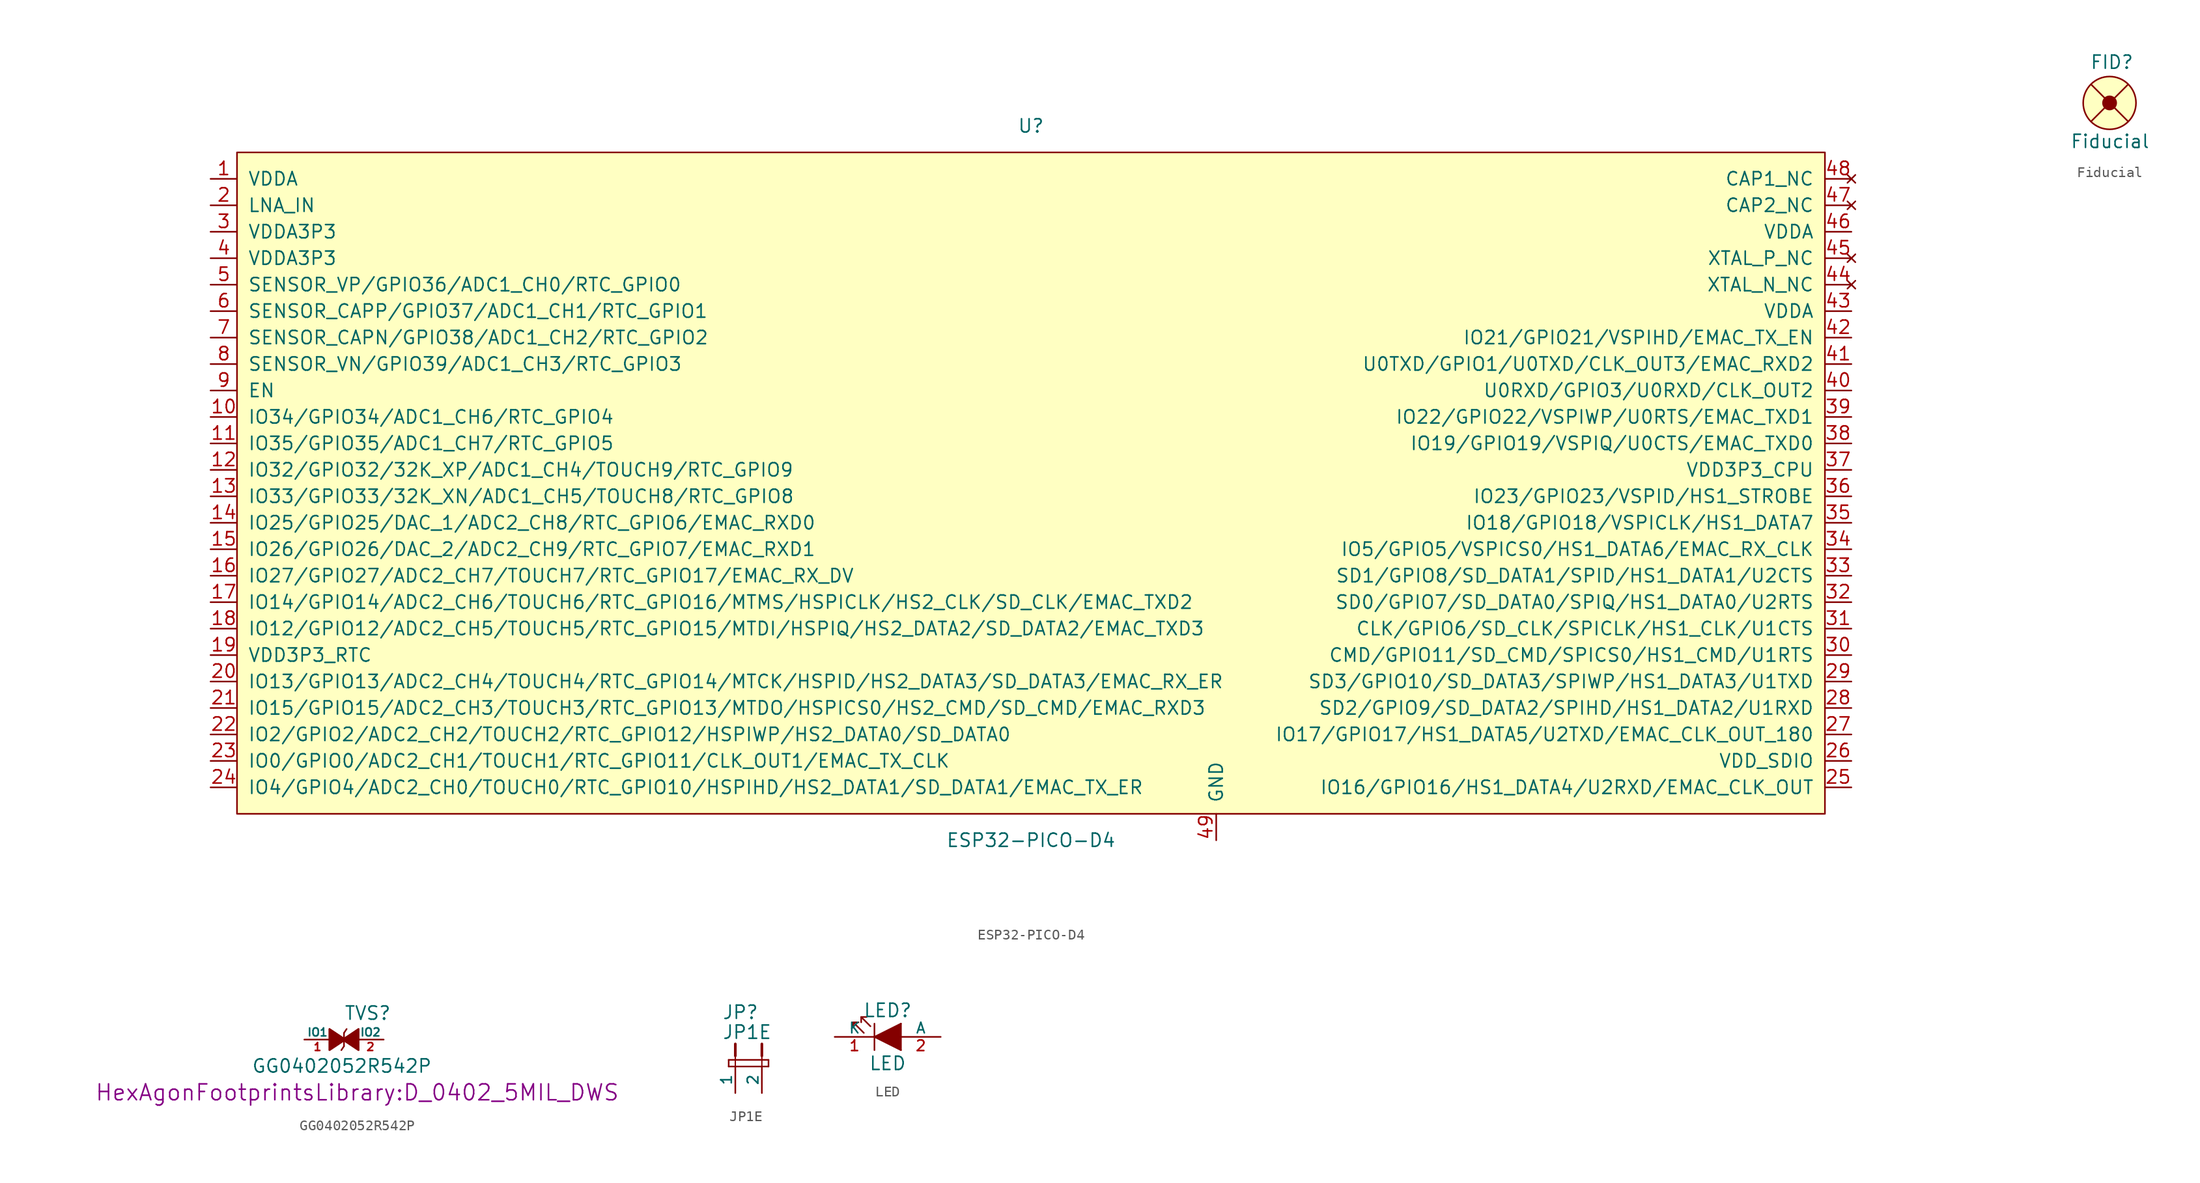
<source format=kicad_sym>
(kicad_symbol_lib
  (version 20241209)
  (generator "kicad_symbol_editor")
  (generator_version "9.0")
  (symbol "ESP32-PICO-D4"
    (pin_names
      (offset 1.016))
    (property "Reference" "U"
      (at 0 33.02 0)
      (effects (font (size 1.27 1.27))))
    (property "Value" "ESP32-PICO-D4"
      (at 0 -35.56 0)
      (effects (font (size 1.27 1.27))))
    (symbol "ESP32-PICO-D4_0_1"
      (rectangle (start -76.2 30.48) (end 76.2 -33.02) (stroke (width 0) (type solid)) (fill (type background))))
    (symbol "ESP32-PICO-D4_1_1"
      (pin power_in line (at -78.74 27.94 0) (length 2.54) (name "VDDA" (effects (font (size 1.27 1.27)))) (number "1" (effects (font (size 1.27 1.27)))))
      (pin bidirectional line (at -78.74 25.4 0) (length 2.54) (name "LNA_IN" (effects (font (size 1.27 1.27)))) (number "2" (effects (font (size 1.27 1.27)))))
      (pin power_in line (at -78.74 22.86 0) (length 2.54) (name "VDDA3P3" (effects (font (size 1.27 1.27)))) (number "3" (effects (font (size 1.27 1.27)))))
      (pin power_in line (at -78.74 20.32 0) (length 2.54) (name "VDDA3P3" (effects (font (size 1.27 1.27)))) (number "4" (effects (font (size 1.27 1.27)))))
      (pin input line (at -78.74 17.78 0) (length 2.54) (name "SENSOR_VP/GPIO36/ADC1_CH0/RTC_GPIO0" (effects (font (size 1.27 1.27)))) (number "5" (effects (font (size 1.27 1.27)))))
      (pin input line (at -78.74 15.24 0) (length 2.54) (name "SENSOR_CAPP/GPIO37/ADC1_CH1/RTC_GPIO1" (effects (font (size 1.27 1.27)))) (number "6" (effects (font (size 1.27 1.27)))))
      (pin input line (at -78.74 12.7 0) (length 2.54) (name "SENSOR_CAPN/GPIO38/ADC1_CH2/RTC_GPIO2" (effects (font (size 1.27 1.27)))) (number "7" (effects (font (size 1.27 1.27)))))
      (pin input line (at -78.74 10.16 0) (length 2.54) (name "SENSOR_VN/GPIO39/ADC1_CH3/RTC_GPIO3" (effects (font (size 1.27 1.27)))) (number "8" (effects (font (size 1.27 1.27)))))
      (pin input line (at -78.74 7.62 0) (length 2.54) (name "EN" (effects (font (size 1.27 1.27)))) (number "9" (effects (font (size 1.27 1.27)))))
      (pin input line (at -78.74 5.08 0) (length 2.54) (name "IO34/GPIO34/ADC1_CH6/RTC_GPIO4" (effects (font (size 1.27 1.27)))) (number "10" (effects (font (size 1.27 1.27)))))
      (pin input line (at -78.74 2.54 0) (length 2.54) (name "IO35/GPIO35/ADC1_CH7/RTC_GPIO5" (effects (font (size 1.27 1.27)))) (number "11" (effects (font (size 1.27 1.27)))))
      (pin bidirectional line (at -78.74 0 0) (length 2.54) (name "IO32/GPIO32/32K_XP/ADC1_CH4/TOUCH9/RTC_GPIO9" (effects (font (size 1.27 1.27)))) (number "12" (effects (font (size 1.27 1.27)))))
      (pin bidirectional line (at -78.74 -2.54 0) (length 2.54) (name "IO33/GPIO33/32K_XN/ADC1_CH5/TOUCH8/RTC_GPIO8" (effects (font (size 1.27 1.27)))) (number "13" (effects (font (size 1.27 1.27)))))
      (pin bidirectional line (at -78.74 -5.08 0) (length 2.54) (name "IO25/GPIO25/DAC_1/ADC2_CH8/RTC_GPIO6/EMAC_RXD0" (effects (font (size 1.27 1.27)))) (number "14" (effects (font (size 1.27 1.27)))))
      (pin bidirectional line (at -78.74 -7.62 0) (length 2.54) (name "IO26/GPIO26/DAC_2/ADC2_CH9/RTC_GPIO7/EMAC_RXD1" (effects (font (size 1.27 1.27)))) (number "15" (effects (font (size 1.27 1.27)))))
      (pin bidirectional line (at -78.74 -10.16 0) (length 2.54) (name "IO27/GPIO27/ADC2_CH7/TOUCH7/RTC_GPIO17/EMAC_RX_DV" (effects (font (size 1.27 1.27)))) (number "16" (effects (font (size 1.27 1.27)))))
      (pin bidirectional line (at -78.74 -12.7 0) (length 2.54) (name "IO14/GPIO14/ADC2_CH6/TOUCH6/RTC_GPIO16/MTMS/HSPICLK/HS2_CLK/SD_CLK/EMAC_TXD2" (effects (font (size 1.27 1.27)))) (number "17" (effects (font (size 1.27 1.27)))))
      (pin bidirectional line (at -78.74 -15.24 0) (length 2.54) (name "IO12/GPIO12/ADC2_CH5/TOUCH5/RTC_GPIO15/MTDI/HSPIQ/HS2_DATA2/SD_DATA2/EMAC_TXD3" (effects (font (size 1.27 1.27)))) (number "18" (effects (font (size 1.27 1.27)))))
      (pin power_in line (at -78.74 -17.78 0) (length 2.54) (name "VDD3P3_RTC" (effects (font (size 1.27 1.27)))) (number "19" (effects (font (size 1.27 1.27)))))
      (pin bidirectional line (at -78.74 -20.32 0) (length 2.54) (name "IO13/GPIO13/ADC2_CH4/TOUCH4/RTC_GPIO14/MTCK/HSPID/HS2_DATA3/SD_DATA3/EMAC_RX_ER" (effects (font (size 1.27 1.27)))) (number "20" (effects (font (size 1.27 1.27)))))
      (pin bidirectional line (at -78.74 -22.86 0) (length 2.54) (name "IO15/GPIO15/ADC2_CH3/TOUCH3/RTC_GPIO13/MTDO/HSPICS0/HS2_CMD/SD_CMD/EMAC_RXD3" (effects (font (size 1.27 1.27)))) (number "21" (effects (font (size 1.27 1.27)))))
      (pin bidirectional line (at -78.74 -25.4 0) (length 2.54) (name "IO2/GPIO2/ADC2_CH2/TOUCH2/RTC_GPIO12/HSPIWP/HS2_DATA0/SD_DATA0" (effects (font (size 1.27 1.27)))) (number "22" (effects (font (size 1.27 1.27)))))
      (pin bidirectional line (at -78.74 -27.94 0) (length 2.54) (name "IO0/GPIO0/ADC2_CH1/TOUCH1/RTC_GPIO11/CLK_OUT1/EMAC_TX_CLK" (effects (font (size 1.27 1.27)))) (number "23" (effects (font (size 1.27 1.27)))))
      (pin bidirectional line (at -78.74 -30.48 0) (length 2.54) (name "IO4/GPIO4/ADC2_CH0/TOUCH0/RTC_GPIO10/HSPIHD/HS2_DATA1/SD_DATA1/EMAC_TX_ER" (effects (font (size 1.27 1.27)))) (number "24" (effects (font (size 1.27 1.27)))))
      (pin power_in line (at 17.78 -35.56 90) (length 2.54) (name "GND" (effects (font (size 1.27 1.27)))) (number "49" (effects (font (size 1.27 1.27)))))
      (pin no_connect line (at 78.74 27.94 180) (length 2.54) (name "CAP1_NC" (effects (font (size 1.27 1.27)))) (number "48" (effects (font (size 1.27 1.27)))))
      (pin no_connect line (at 78.74 25.4 180) (length 2.54) (name "CAP2_NC" (effects (font (size 1.27 1.27)))) (number "47" (effects (font (size 1.27 1.27)))))
      (pin power_in line (at 78.74 22.86 180) (length 2.54) (name "VDDA" (effects (font (size 1.27 1.27)))) (number "46" (effects (font (size 1.27 1.27)))))
      (pin no_connect line (at 78.74 20.32 180) (length 2.54) (name "XTAL_P_NC" (effects (font (size 1.27 1.27)))) (number "45" (effects (font (size 1.27 1.27)))))
      (pin no_connect line (at 78.74 17.78 180) (length 2.54) (name "XTAL_N_NC" (effects (font (size 1.27 1.27)))) (number "44" (effects (font (size 1.27 1.27)))))
      (pin power_in line (at 78.74 15.24 180) (length 2.54) (name "VDDA" (effects (font (size 1.27 1.27)))) (number "43" (effects (font (size 1.27 1.27)))))
      (pin bidirectional line (at 78.74 12.7 180) (length 2.54) (name "IO21/GPIO21/VSPIHD/EMAC_TX_EN" (effects (font (size 1.27 1.27)))) (number "42" (effects (font (size 1.27 1.27)))))
      (pin bidirectional line (at 78.74 10.16 180) (length 2.54) (name "U0TXD/GPIO1/U0TXD/CLK_OUT3/EMAC_RXD2" (effects (font (size 1.27 1.27)))) (number "41" (effects (font (size 1.27 1.27)))))
      (pin bidirectional line (at 78.74 7.62 180) (length 2.54) (name "U0RXD/GPIO3/U0RXD/CLK_OUT2" (effects (font (size 1.27 1.27)))) (number "40" (effects (font (size 1.27 1.27)))))
      (pin bidirectional line (at 78.74 5.08 180) (length 2.54) (name "IO22/GPIO22/VSPIWP/U0RTS/EMAC_TXD1" (effects (font (size 1.27 1.27)))) (number "39" (effects (font (size 1.27 1.27)))))
      (pin bidirectional line (at 78.74 2.54 180) (length 2.54) (name "IO19/GPIO19/VSPIQ/U0CTS/EMAC_TXD0" (effects (font (size 1.27 1.27)))) (number "38" (effects (font (size 1.27 1.27)))))
      (pin power_in line (at 78.74 0 180) (length 2.54) (name "VDD3P3_CPU" (effects (font (size 1.27 1.27)))) (number "37" (effects (font (size 1.27 1.27)))))
      (pin bidirectional line (at 78.74 -2.54 180) (length 2.54) (name "IO23/GPIO23/VSPID/HS1_STROBE" (effects (font (size 1.27 1.27)))) (number "36" (effects (font (size 1.27 1.27)))))
      (pin bidirectional line (at 78.74 -5.08 180) (length 2.54) (name "IO18/GPIO18/VSPICLK/HS1_DATA7" (effects (font (size 1.27 1.27)))) (number "35" (effects (font (size 1.27 1.27)))))
      (pin bidirectional line (at 78.74 -7.62 180) (length 2.54) (name "IO5/GPIO5/VSPICS0/HS1_DATA6/EMAC_RX_CLK" (effects (font (size 1.27 1.27)))) (number "34" (effects (font (size 1.27 1.27)))))
      (pin bidirectional line (at 78.74 -10.16 180) (length 2.54) (name "SD1/GPIO8/SD_DATA1/SPID/HS1_DATA1/U2CTS" (effects (font (size 1.27 1.27)))) (number "33" (effects (font (size 1.27 1.27)))))
      (pin bidirectional line (at 78.74 -12.7 180) (length 2.54) (name "SD0/GPIO7/SD_DATA0/SPIQ/HS1_DATA0/U2RTS" (effects (font (size 1.27 1.27)))) (number "32" (effects (font (size 1.27 1.27)))))
      (pin bidirectional line (at 78.74 -15.24 180) (length 2.54) (name "CLK/GPIO6/SD_CLK/SPICLK/HS1_CLK/U1CTS" (effects (font (size 1.27 1.27)))) (number "31" (effects (font (size 1.27 1.27)))))
      (pin bidirectional line (at 78.74 -17.78 180) (length 2.54) (name "CMD/GPIO11/SD_CMD/SPICS0/HS1_CMD/U1RTS" (effects (font (size 1.27 1.27)))) (number "30" (effects (font (size 1.27 1.27)))))
      (pin bidirectional line (at 78.74 -20.32 180) (length 2.54) (name "SD3/GPIO10/SD_DATA3/SPIWP/HS1_DATA3/U1TXD" (effects (font (size 1.27 1.27)))) (number "29" (effects (font (size 1.27 1.27)))))
      (pin bidirectional line (at 78.74 -22.86 180) (length 2.54) (name "SD2/GPIO9/SD_DATA2/SPIHD/HS1_DATA2/U1RXD" (effects (font (size 1.27 1.27)))) (number "28" (effects (font (size 1.27 1.27)))))
      (pin bidirectional line (at 78.74 -25.4 180) (length 2.54) (name "IO17/GPIO17/HS1_DATA5/U2TXD/EMAC_CLK_OUT_180" (effects (font (size 1.27 1.27)))) (number "27" (effects (font (size 1.27 1.27)))))
      (pin power_out line (at 78.74 -27.94 180) (length 2.54) (name "VDD_SDIO" (effects (font (size 1.27 1.27)))) (number "26" (effects (font (size 1.27 1.27)))))
      (pin bidirectional line (at 78.74 -30.48 180) (length 2.54) (name "IO16/GPIO16/HS1_DATA4/U2RXD/EMAC_CLK_OUT" (effects (font (size 1.27 1.27)))) (number "25" (effects (font (size 1.27 1.27)))))))
  (symbol "Fiducial"
    (pin_numbers
      (hide yes))
    (pin_names
      (offset 0)
      (hide yes))
    (property "Reference" "FID"
      (at -1.905 3.175 0)
      (effects (font (size 1.27 1.27)) (justify left bottom)))
    (property "Value" "Fiducial"
      (at -3.81 -4.445 0)
      (effects (font (size 1.27 1.27)) (justify left bottom)))
    (property "Datasheet" ""
      (at -1.27 0 90)
      (effects (font (size 1.524 1.524))))
    (symbol "Fiducial_0_1"
      (polyline (pts (xy -1.778 -1.778) (xy 1.778 1.778)) (stroke (width 0) (type solid)) (fill (type none)))
      (circle (center 0 0) (radius 0.635) (stroke (width 0) (type solid)) (fill (type outline)))
      (circle (center 0 0) (radius 2.54) (stroke (width 0) (type solid)) (fill (type background)))
      (polyline (pts (xy 1.778 -1.778) (xy -1.778 1.778)) (stroke (width 0) (type solid)) (fill (type none))))
    (symbol "Fiducial_1_1"
      (pin no_connect line (at 0 0 90) (length 0) (name "FID*" (effects (font (size 1.27 1.27)))) (number "Fid1" (effects (font (size 1.27 1.27)))))))
  (symbol "GG0402052R542P"
    (pin_names
      (offset 0))
    (property "Reference" "TVS"
      (at -1.27 2.54 0)
      (effects (font (size 1.27 1.27)) (justify left)))
    (property "Value" "GG0402052R542P"
      (at -10.16 -2.54 0)
      (effects (font (size 1.27 1.27)) (justify left)))
    (property "Footprint" "HexAgonFootprintsLibrary:D_0402_5MIL_DWS"
      (at 0 -5.08 0)
      (effects (font (size 1.524 1.524))))
    (property "Datasheet" ""
      (at -0.635 0 90)
      (effects (font (size 1.524 1.524))))
    (symbol "GG0402052R542P_0_1"
      (polyline (pts (xy -2.667 1.016) (xy -1.143 0) (xy -2.667 -1.016) (xy -2.667 1.016)) (stroke (width 0) (type solid)) (fill (type outline)))
      (polyline (pts (xy -2.667 1.016) (xy -1.143 0) (xy -2.667 -1.016) (xy -2.667 1.016)) (stroke (width 0) (type solid)) (fill (type outline)))
      (polyline (pts (xy -1.27 0.635) (xy -1.016 1.016)) (stroke (width 0) (type solid)) (fill (type none)))
      (polyline (pts (xy -1.27 -0.635) (xy -1.524 -1.016)) (stroke (width 0) (type solid)) (fill (type none)))
      (polyline (pts (xy -1.27 -0.635) (xy -1.27 0.635)) (stroke (width 0) (type solid)) (fill (type none)))
      (polyline (pts (xy 0.127 -1.016) (xy -1.397 0) (xy 0.127 1.016) (xy 0.127 -1.016)) (stroke (width 0) (type solid)) (fill (type outline)))
      (polyline (pts (xy 0.127 -1.016) (xy -1.397 0) (xy 0.127 1.016) (xy 0.127 -1.016)) (stroke (width 0) (type solid)) (fill (type outline))))
    (symbol "GG0402052R542P_1_1"
      (pin passive line (at -5.08 0 0) (length 2.54) (name "IO1" (effects (font (size 0.762 0.762)))) (number "1" (effects (font (size 0.762 0.762)))))
      (pin passive line (at 2.54 0 180) (length 2.54) (name "IO2" (effects (font (size 0.762 0.762)))) (number "2" (effects (font (size 0.762 0.762)))))))
  (symbol "JP1E"
    (pin_numbers
      (hide yes))
    (pin_names
      (offset 0))
    (property "Reference" "JP"
      (at -1.27 4.445 0)
      (effects (font (size 1.27 1.27)) (justify left bottom)))
    (property "Value" "JP1E"
      (at -1.27 2.54 0)
      (effects (font (size 1.27 1.27)) (justify left bottom)))
    (property "Datasheet" ""
      (at 0 0 0)
      (effects (font (size 1.524 1.524))))
    (symbol "JP1E_0_1"
      (polyline (pts (xy 0 1.016) (xy 0 2.159)) (stroke (width 0.254) (type solid)) (fill (type none)))
      (polyline (pts (xy 0 0) (xy 0 1.016)) (stroke (width 0.127) (type solid)) (fill (type none)))
      (polyline (pts (xy 2.54 1.016) (xy 2.54 2.159)) (stroke (width 0.254) (type solid)) (fill (type none)))
      (polyline (pts (xy 2.54 0) (xy 2.54 1.016)) (stroke (width 0.127) (type solid)) (fill (type none))))
    (symbol "JP1E_1_0"
      (polyline (pts (xy -0.635 0.635) (xy -0.635 0)) (stroke (width 0) (type solid)) (fill (type none)))
      (polyline (pts (xy -0.635 0) (xy 3.175 0)) (stroke (width 0) (type solid)) (fill (type none)))
      (polyline (pts (xy 3.175 0.635) (xy -0.635 0.635)) (stroke (width 0) (type solid)) (fill (type none)))
      (polyline (pts (xy 3.175 0) (xy 3.175 0.635)) (stroke (width 0) (type solid)) (fill (type none))))
    (symbol "JP1E_1_1"
      (pin passive line (at 0 -2.54 90) (length 2.54) (name "1" (effects (font (size 1.016 1.016)))) (number "1" (effects (font (size 1.016 1.016)))))
      (pin passive line (at 2.54 -2.54 90) (length 2.54) (name "2" (effects (font (size 1.016 1.016)))) (number "2" (effects (font (size 1.016 1.016)))))))
  (symbol "LED"
    (pin_names
      (offset 0))
    (property "Reference" "LED"
      (at 0 2.54 0)
      (effects (font (size 1.27 1.27))))
    (property "Value" "LED"
      (at 0 -2.54 0)
      (effects (font (size 1.27 1.27))))
    (property "Footprint" ""
      (at 0 0 0)
      (effects (font (size 1.524 1.524))))
    (property "Datasheet" ""
      (at 0 0 0)
      (effects (font (size 1.524 1.524))))
    (symbol "LED_0_1"
      (polyline (pts (xy -3.302 1.397) (xy -3.302 0.889)) (stroke (width 0) (type solid)) (fill (type none)))
      (polyline (pts (xy -2.54 1.905) (xy -2.032 1.905)) (stroke (width 0) (type solid)) (fill (type none)))
      (polyline (pts (xy -2.286 0.381) (xy -3.302 1.397) (xy -2.794 1.397)) (stroke (width 0) (type solid)) (fill (type none)))
      (polyline (pts (xy -1.651 1.016) (xy -2.54 1.905) (xy -2.54 1.397)) (stroke (width 0) (type solid)) (fill (type none)))
      (polyline (pts (xy -1.27 -1.27) (xy -1.27 1.27)) (stroke (width 0) (type solid)) (fill (type none)))
      (rectangle (start 1.27 1.27) (end 1.27 -1.27) (stroke (width 0) (type solid)) (fill (type none)))
      (polyline (pts (xy 1.27 -1.27) (xy -1.27 0) (xy 1.27 1.27)) (stroke (width 0) (type solid)) (fill (type outline))))
    (symbol "LED_1_1"
      (pin passive line (at -5.08 0 0) (length 3.81) (name "K" (effects (font (size 1.016 1.016)))) (number "1" (effects (font (size 1.016 1.016)))))
      (pin passive line (at 5.08 0 180) (length 3.81) (name "A" (effects (font (size 1.016 1.016)))) (number "2" (effects (font (size 1.016 1.016))))))))
</source>
